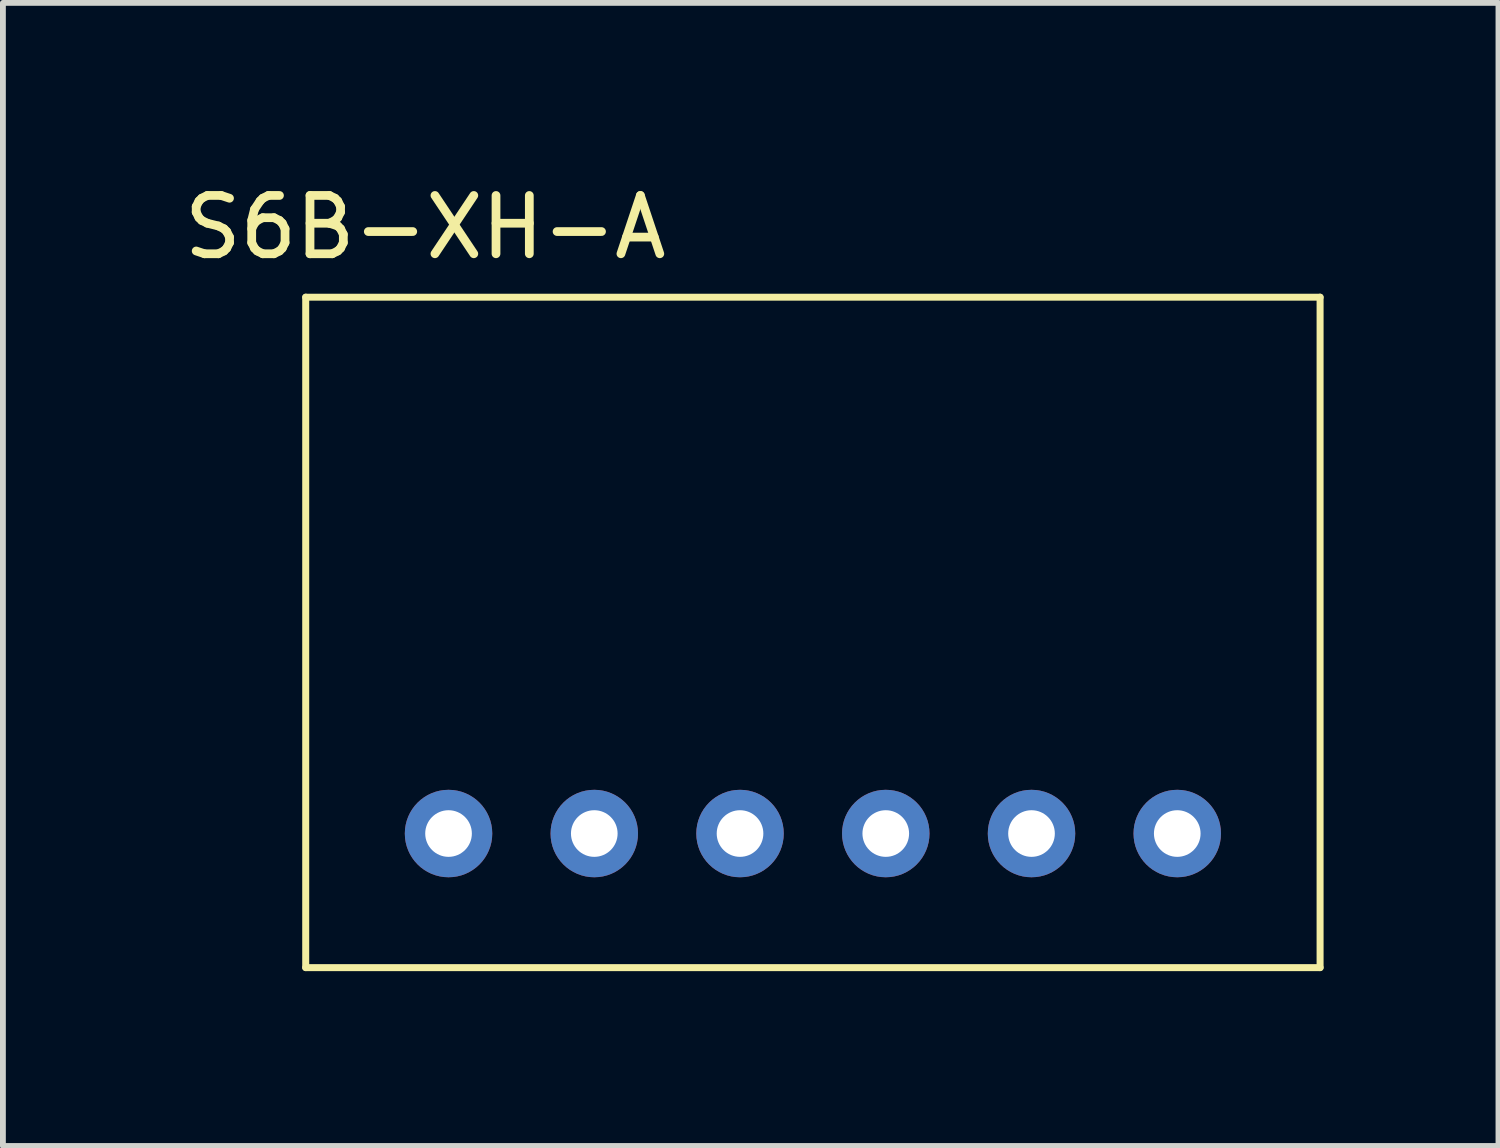
<source format=kicad_pcb>
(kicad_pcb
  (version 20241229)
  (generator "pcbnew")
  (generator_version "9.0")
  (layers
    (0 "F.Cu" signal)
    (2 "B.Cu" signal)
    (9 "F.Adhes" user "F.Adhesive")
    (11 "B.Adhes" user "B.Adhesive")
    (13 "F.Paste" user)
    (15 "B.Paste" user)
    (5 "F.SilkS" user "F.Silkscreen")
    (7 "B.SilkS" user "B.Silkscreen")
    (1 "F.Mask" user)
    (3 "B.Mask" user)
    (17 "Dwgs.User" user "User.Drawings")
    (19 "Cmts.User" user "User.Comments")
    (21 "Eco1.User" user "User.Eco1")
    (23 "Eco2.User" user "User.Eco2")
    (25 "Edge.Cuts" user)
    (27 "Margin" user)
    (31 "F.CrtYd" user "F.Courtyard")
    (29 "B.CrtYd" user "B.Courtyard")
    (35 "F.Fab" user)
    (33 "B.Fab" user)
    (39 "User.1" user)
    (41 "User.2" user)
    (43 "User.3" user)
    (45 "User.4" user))
  (footprint "S6B-XH-A"
    (layer "F.Cu")
    (at 4.644 11.248)
    (property "Reference" "S6B-XH-A" (at -0.4 -10.4 0) (layer "F.SilkS") (effects (font (size 1 1) (thickness 0.15))))
    (attr through_hole)
    (fp_line (start -2.45 -9.2) (end -2.45 2.3) (stroke (width 0.12) (type solid)) (layer "F.SilkS"))
    (fp_line (start -2.45 -9.2) (end 14.95 -9.2) (stroke (width 0.12) (type solid)) (layer "F.SilkS"))
    (fp_line (start 14.95 2.3) (end -2.45 2.3) (stroke (width 0.12) (type solid)) (layer "F.SilkS"))
    (fp_line (start 14.95 2.3) (end 14.95 -9.2) (stroke (width 0.12) (type solid)) (layer "F.SilkS"))
    (pad "1" thru_hole circle (at 0 0) (size 1.5 1.5) (drill 0.8) (layers "*.Cu" "*.Mask"))
    (pad "2" thru_hole circle (at 2.5 0) (size 1.5 1.5) (drill 0.8) (layers "*.Cu" "*.Mask"))
    (pad "3" thru_hole circle (at 5 0) (size 1.5 1.5) (drill 0.8) (layers "*.Cu" "*.Mask"))
    (pad "4" thru_hole circle (at 7.5 0) (size 1.5 1.5) (drill 0.8) (layers "*.Cu" "*.Mask"))
    (pad "5" thru_hole circle (at 10 0) (size 1.5 1.5) (drill 0.8) (layers "*.Cu" "*.Mask"))
    (pad "6" thru_hole circle (at 12.5 0) (size 1.5 1.5) (drill 0.8) (layers "*.Cu" "*.Mask")))
  (gr_rect
    (start -3 -3)
    (end 22.654 16.608)
    (stroke (width 0.1) (type default))
    (fill no)
    (layer "Edge.Cuts")))
</source>
